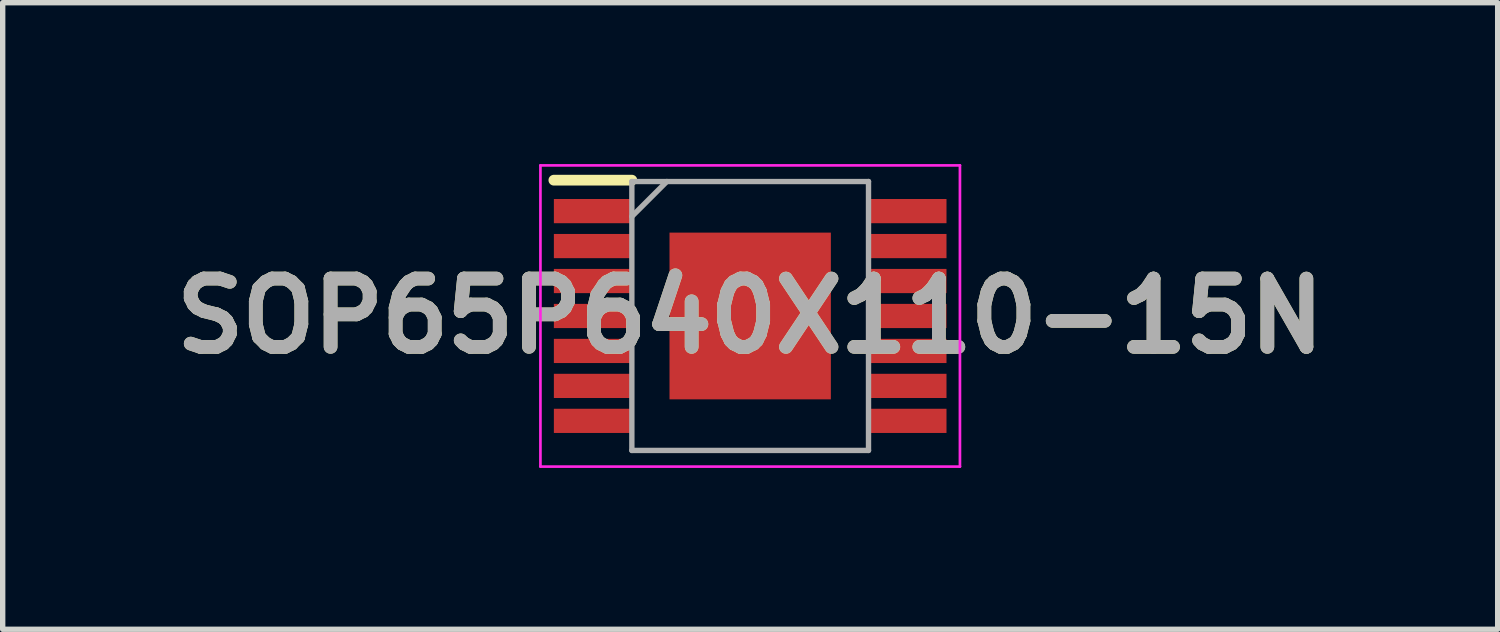
<source format=kicad_pcb>
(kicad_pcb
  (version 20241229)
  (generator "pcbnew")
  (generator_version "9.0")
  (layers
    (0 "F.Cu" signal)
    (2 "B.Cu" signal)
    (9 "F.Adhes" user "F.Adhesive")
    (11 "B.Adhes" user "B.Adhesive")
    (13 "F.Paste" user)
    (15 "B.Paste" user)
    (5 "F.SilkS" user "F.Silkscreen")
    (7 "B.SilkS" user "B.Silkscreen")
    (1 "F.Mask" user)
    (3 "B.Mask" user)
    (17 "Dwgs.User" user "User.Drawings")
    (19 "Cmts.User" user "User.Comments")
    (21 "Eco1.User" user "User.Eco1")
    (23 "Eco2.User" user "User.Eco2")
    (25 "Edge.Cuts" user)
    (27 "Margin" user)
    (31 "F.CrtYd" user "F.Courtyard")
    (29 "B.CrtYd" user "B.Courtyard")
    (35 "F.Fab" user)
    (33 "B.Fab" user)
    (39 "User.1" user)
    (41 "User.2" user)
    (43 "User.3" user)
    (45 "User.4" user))
  (footprint "SOP65P640X110-15N"
    (layer "F.Cu")
    (at 10.898 2.825)
    (property "Reference" "SOP65P640X110-15N" (at 0 0 0) (layer "F.SilkS") (effects (font (size 1.27 1.27) (thickness 0.254))))
    (attr smd)
    (fp_line (start -3.65 -2.525) (end -2.2 -2.525) (stroke (width 0.2) (type solid)) (layer "F.SilkS"))
    (fp_line (start -3.9 -2.8) (end 3.9 -2.8) (stroke (width 0.05) (type solid)) (layer "F.CrtYd"))
    (fp_line (start -3.9 2.8) (end -3.9 -2.8) (stroke (width 0.05) (type solid)) (layer "F.CrtYd"))
    (fp_line (start 3.9 -2.8) (end 3.9 2.8) (stroke (width 0.05) (type solid)) (layer "F.CrtYd"))
    (fp_line (start 3.9 2.8) (end -3.9 2.8) (stroke (width 0.05) (type solid)) (layer "F.CrtYd"))
    (fp_line (start -2.2 -2.5) (end 2.2 -2.5) (stroke (width 0.1) (type solid)) (layer "F.Fab"))
    (fp_line (start -2.2 -1.85) (end -1.55 -2.5) (stroke (width 0.1) (type solid)) (layer "F.Fab"))
    (fp_line (start -2.2 2.5) (end -2.2 -2.5) (stroke (width 0.1) (type solid)) (layer "F.Fab"))
    (fp_line (start 2.2 -2.5) (end 2.2 2.5) (stroke (width 0.1) (type solid)) (layer "F.Fab"))
    (fp_line (start 2.2 2.5) (end -2.2 2.5) (stroke (width 0.1) (type solid)) (layer "F.Fab"))
    (fp_text user "${REFERENCE}" (at 0 0 0) (layer "F.Fab") (effects (font (size 1.27 1.27) (thickness 0.254))))
    (pad "1" smd rect (at -2.925 -1.95 90) (size 0.45 1.45) (layers "F.Cu" "F.Mask" "F.Paste"))
    (pad "2" smd rect (at -2.925 -1.3 90) (size 0.45 1.45) (layers "F.Cu" "F.Mask" "F.Paste"))
    (pad "3" smd rect (at -2.925 -0.65 90) (size 0.45 1.45) (layers "F.Cu" "F.Mask" "F.Paste"))
    (pad "4" smd rect (at -2.925 0 90) (size 0.45 1.45) (layers "F.Cu" "F.Mask" "F.Paste"))
    (pad "5" smd rect (at -2.925 0.65 90) (size 0.45 1.45) (layers "F.Cu" "F.Mask" "F.Paste"))
    (pad "6" smd rect (at -2.925 1.3 90) (size 0.45 1.45) (layers "F.Cu" "F.Mask" "F.Paste"))
    (pad "7" smd rect (at -2.925 1.95 90) (size 0.45 1.45) (layers "F.Cu" "F.Mask" "F.Paste"))
    (pad "8" smd rect (at 2.925 1.95 90) (size 0.45 1.45) (layers "F.Cu" "F.Mask" "F.Paste"))
    (pad "9" smd rect (at 2.925 1.3 90) (size 0.45 1.45) (layers "F.Cu" "F.Mask" "F.Paste"))
    (pad "10" smd rect (at 2.925 0.65 90) (size 0.45 1.45) (layers "F.Cu" "F.Mask" "F.Paste"))
    (pad "11" smd rect (at 2.925 0 90) (size 0.45 1.45) (layers "F.Cu" "F.Mask" "F.Paste"))
    (pad "12" smd rect (at 2.925 -0.65 90) (size 0.45 1.45) (layers "F.Cu" "F.Mask" "F.Paste"))
    (pad "13" smd rect (at 2.925 -1.3 90) (size 0.45 1.45) (layers "F.Cu" "F.Mask" "F.Paste"))
    (pad "14" smd rect (at 2.925 -1.95 90) (size 0.45 1.45) (layers "F.Cu" "F.Mask" "F.Paste"))
    (pad "15" smd rect (at 0 0) (size 3 3.1) (layers "F.Cu" "F.Mask" "F.Paste")))
  (gr_rect
    (start -3 -3)
    (end 24.796 8.65)
    (stroke (width 0.1) (type default))
    (fill no)
    (layer "Edge.Cuts")))
</source>
